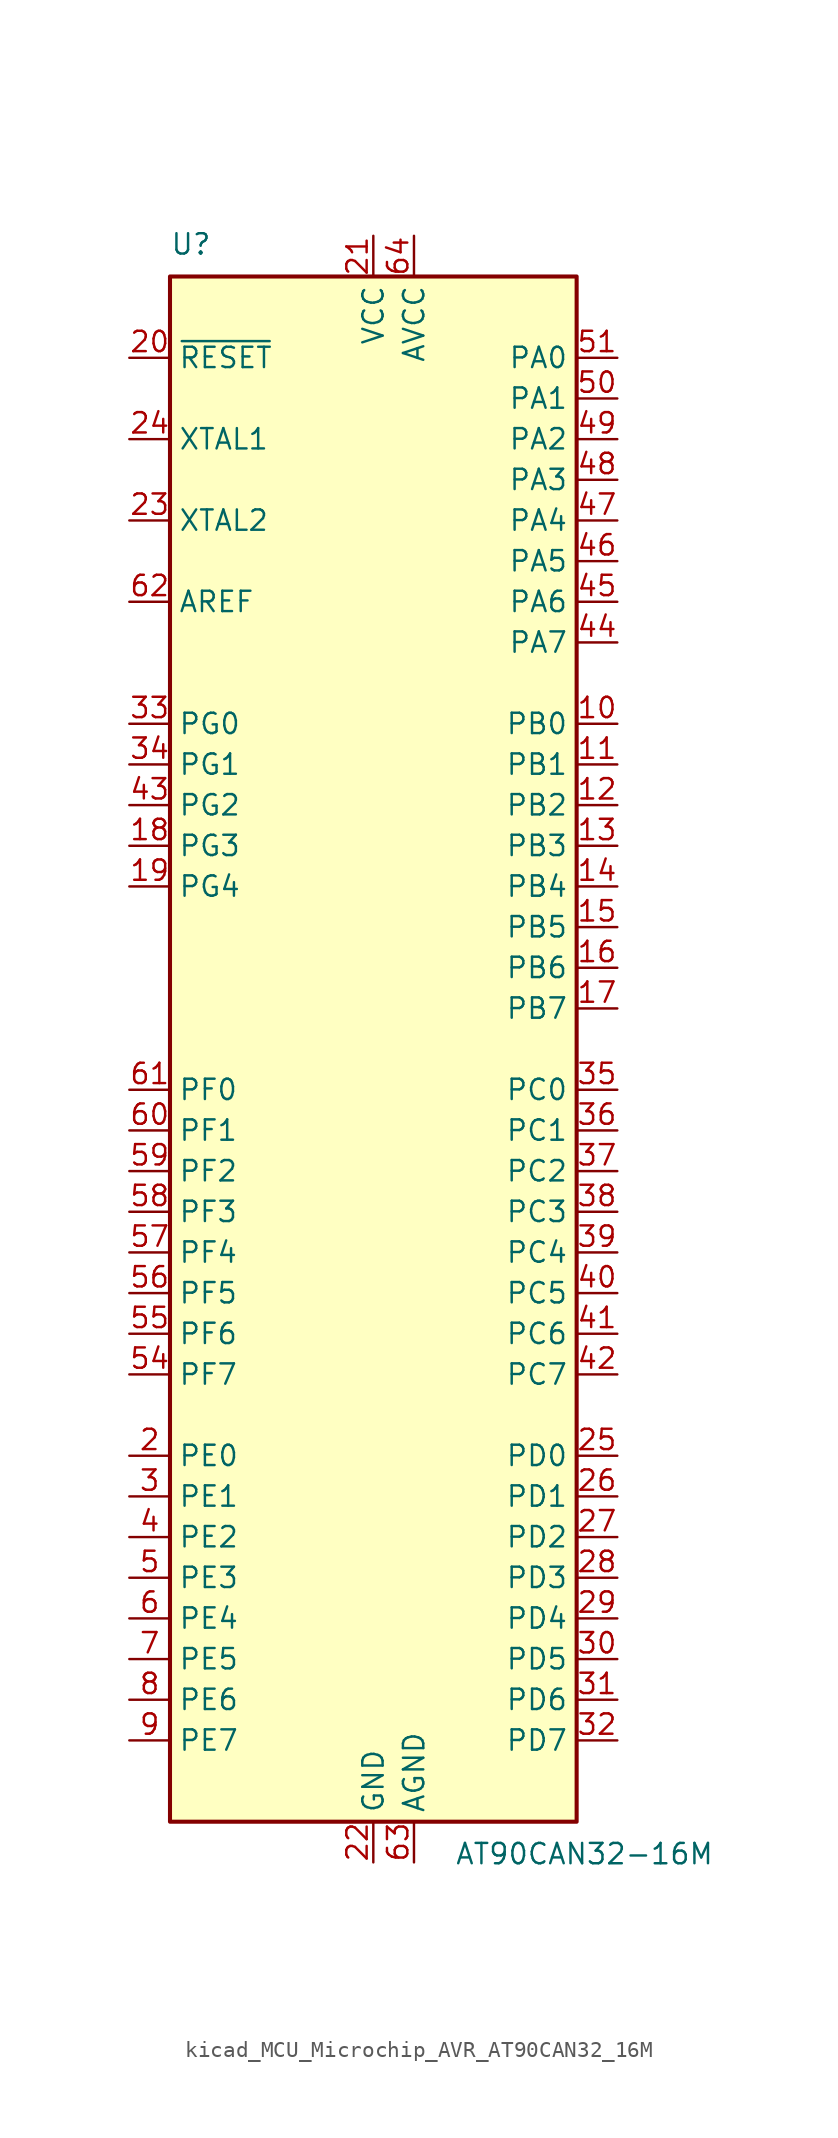
<source format=kicad_sym>
(kicad_symbol_lib
  (version 20220914)
  (generator kicad_symbol_editor)
  (symbol "kicad_MCU_Microchip_AVR_AT90CAN32_16M"
    (property "Reference" "U"
      (at -12.7 49.53 0)
      (effects (font (size 1.27 1.27)) (justify left bottom)))
    (property "Value" "AT90CAN32-16M"
      (at 5.08 -49.53 0)
      (effects (font (size 1.27 1.27)) (justify left top)))
    (symbol "kicad_MCU_Microchip_AVR_AT90CAN32_16M_0_1"
      (rectangle (start -12.7 -48.26) (end 12.7 48.26) (stroke (width 0.254) (type default)) (fill (type background))))
    (symbol "kicad_MCU_Microchip_AVR_AT90CAN32_16M_1_1"
      (pin no_connect line (at -12.7 -45.72 0) (length 2.54) hide (name "NC" (effects (font (size 1.27 1.27)))) (number "1" (effects (font (size 1.27 1.27)))))
      (pin bidirectional line (at 15.24 20.32 180) (length 2.54) (name "PB0" (effects (font (size 1.27 1.27)))) (number "10" (effects (font (size 1.27 1.27)))))
      (pin bidirectional line (at 15.24 17.78 180) (length 2.54) (name "PB1" (effects (font (size 1.27 1.27)))) (number "11" (effects (font (size 1.27 1.27)))))
      (pin bidirectional line (at 15.24 15.24 180) (length 2.54) (name "PB2" (effects (font (size 1.27 1.27)))) (number "12" (effects (font (size 1.27 1.27)))))
      (pin bidirectional line (at 15.24 12.7 180) (length 2.54) (name "PB3" (effects (font (size 1.27 1.27)))) (number "13" (effects (font (size 1.27 1.27)))))
      (pin bidirectional line (at 15.24 10.16 180) (length 2.54) (name "PB4" (effects (font (size 1.27 1.27)))) (number "14" (effects (font (size 1.27 1.27)))))
      (pin bidirectional line (at 15.24 7.62 180) (length 2.54) (name "PB5" (effects (font (size 1.27 1.27)))) (number "15" (effects (font (size 1.27 1.27)))))
      (pin bidirectional line (at 15.24 5.08 180) (length 2.54) (name "PB6" (effects (font (size 1.27 1.27)))) (number "16" (effects (font (size 1.27 1.27)))))
      (pin bidirectional line (at 15.24 2.54 180) (length 2.54) (name "PB7" (effects (font (size 1.27 1.27)))) (number "17" (effects (font (size 1.27 1.27)))))
      (pin bidirectional line (at -15.24 12.7 0) (length 2.54) (name "PG3" (effects (font (size 1.27 1.27)))) (number "18" (effects (font (size 1.27 1.27)))))
      (pin bidirectional line (at -15.24 10.16 0) (length 2.54) (name "PG4" (effects (font (size 1.27 1.27)))) (number "19" (effects (font (size 1.27 1.27)))))
      (pin bidirectional line (at -15.24 -25.4 0) (length 2.54) (name "PE0" (effects (font (size 1.27 1.27)))) (number "2" (effects (font (size 1.27 1.27)))))
      (pin input line (at -15.24 43.18 0) (length 2.54) (name "~{RESET}" (effects (font (size 1.27 1.27)))) (number "20" (effects (font (size 1.27 1.27)))))
      (pin power_in line (at 0 50.8 270) (length 2.54) (name "VCC" (effects (font (size 1.27 1.27)))) (number "21" (effects (font (size 1.27 1.27)))))
      (pin power_in line (at 0 -50.8 90) (length 2.54) (name "GND" (effects (font (size 1.27 1.27)))) (number "22" (effects (font (size 1.27 1.27)))))
      (pin output line (at -15.24 33.02 0) (length 2.54) (name "XTAL2" (effects (font (size 1.27 1.27)))) (number "23" (effects (font (size 1.27 1.27)))))
      (pin input line (at -15.24 38.1 0) (length 2.54) (name "XTAL1" (effects (font (size 1.27 1.27)))) (number "24" (effects (font (size 1.27 1.27)))))
      (pin bidirectional line (at 15.24 -25.4 180) (length 2.54) (name "PD0" (effects (font (size 1.27 1.27)))) (number "25" (effects (font (size 1.27 1.27)))))
      (pin bidirectional line (at 15.24 -27.94 180) (length 2.54) (name "PD1" (effects (font (size 1.27 1.27)))) (number "26" (effects (font (size 1.27 1.27)))))
      (pin bidirectional line (at 15.24 -30.48 180) (length 2.54) (name "PD2" (effects (font (size 1.27 1.27)))) (number "27" (effects (font (size 1.27 1.27)))))
      (pin bidirectional line (at 15.24 -33.02 180) (length 2.54) (name "PD3" (effects (font (size 1.27 1.27)))) (number "28" (effects (font (size 1.27 1.27)))))
      (pin bidirectional line (at 15.24 -35.56 180) (length 2.54) (name "PD4" (effects (font (size 1.27 1.27)))) (number "29" (effects (font (size 1.27 1.27)))))
      (pin bidirectional line (at -15.24 -27.94 0) (length 2.54) (name "PE1" (effects (font (size 1.27 1.27)))) (number "3" (effects (font (size 1.27 1.27)))))
      (pin bidirectional line (at 15.24 -38.1 180) (length 2.54) (name "PD5" (effects (font (size 1.27 1.27)))) (number "30" (effects (font (size 1.27 1.27)))))
      (pin bidirectional line (at 15.24 -40.64 180) (length 2.54) (name "PD6" (effects (font (size 1.27 1.27)))) (number "31" (effects (font (size 1.27 1.27)))))
      (pin bidirectional line (at 15.24 -43.18 180) (length 2.54) (name "PD7" (effects (font (size 1.27 1.27)))) (number "32" (effects (font (size 1.27 1.27)))))
      (pin bidirectional line (at -15.24 20.32 0) (length 2.54) (name "PG0" (effects (font (size 1.27 1.27)))) (number "33" (effects (font (size 1.27 1.27)))))
      (pin bidirectional line (at -15.24 17.78 0) (length 2.54) (name "PG1" (effects (font (size 1.27 1.27)))) (number "34" (effects (font (size 1.27 1.27)))))
      (pin bidirectional line (at 15.24 -2.54 180) (length 2.54) (name "PC0" (effects (font (size 1.27 1.27)))) (number "35" (effects (font (size 1.27 1.27)))))
      (pin bidirectional line (at 15.24 -5.08 180) (length 2.54) (name "PC1" (effects (font (size 1.27 1.27)))) (number "36" (effects (font (size 1.27 1.27)))))
      (pin bidirectional line (at 15.24 -7.62 180) (length 2.54) (name "PC2" (effects (font (size 1.27 1.27)))) (number "37" (effects (font (size 1.27 1.27)))))
      (pin bidirectional line (at 15.24 -10.16 180) (length 2.54) (name "PC3" (effects (font (size 1.27 1.27)))) (number "38" (effects (font (size 1.27 1.27)))))
      (pin bidirectional line (at 15.24 -12.7 180) (length 2.54) (name "PC4" (effects (font (size 1.27 1.27)))) (number "39" (effects (font (size 1.27 1.27)))))
      (pin bidirectional line (at -15.24 -30.48 0) (length 2.54) (name "PE2" (effects (font (size 1.27 1.27)))) (number "4" (effects (font (size 1.27 1.27)))))
      (pin bidirectional line (at 15.24 -15.24 180) (length 2.54) (name "PC5" (effects (font (size 1.27 1.27)))) (number "40" (effects (font (size 1.27 1.27)))))
      (pin bidirectional line (at 15.24 -17.78 180) (length 2.54) (name "PC6" (effects (font (size 1.27 1.27)))) (number "41" (effects (font (size 1.27 1.27)))))
      (pin bidirectional line (at 15.24 -20.32 180) (length 2.54) (name "PC7" (effects (font (size 1.27 1.27)))) (number "42" (effects (font (size 1.27 1.27)))))
      (pin bidirectional line (at -15.24 15.24 0) (length 2.54) (name "PG2" (effects (font (size 1.27 1.27)))) (number "43" (effects (font (size 1.27 1.27)))))
      (pin bidirectional line (at 15.24 25.4 180) (length 2.54) (name "PA7" (effects (font (size 1.27 1.27)))) (number "44" (effects (font (size 1.27 1.27)))))
      (pin bidirectional line (at 15.24 27.94 180) (length 2.54) (name "PA6" (effects (font (size 1.27 1.27)))) (number "45" (effects (font (size 1.27 1.27)))))
      (pin bidirectional line (at 15.24 30.48 180) (length 2.54) (name "PA5" (effects (font (size 1.27 1.27)))) (number "46" (effects (font (size 1.27 1.27)))))
      (pin bidirectional line (at 15.24 33.02 180) (length 2.54) (name "PA4" (effects (font (size 1.27 1.27)))) (number "47" (effects (font (size 1.27 1.27)))))
      (pin bidirectional line (at 15.24 35.56 180) (length 2.54) (name "PA3" (effects (font (size 1.27 1.27)))) (number "48" (effects (font (size 1.27 1.27)))))
      (pin bidirectional line (at 15.24 38.1 180) (length 2.54) (name "PA2" (effects (font (size 1.27 1.27)))) (number "49" (effects (font (size 1.27 1.27)))))
      (pin bidirectional line (at -15.24 -33.02 0) (length 2.54) (name "PE3" (effects (font (size 1.27 1.27)))) (number "5" (effects (font (size 1.27 1.27)))))
      (pin bidirectional line (at 15.24 40.64 180) (length 2.54) (name "PA1" (effects (font (size 1.27 1.27)))) (number "50" (effects (font (size 1.27 1.27)))))
      (pin bidirectional line (at 15.24 43.18 180) (length 2.54) (name "PA0" (effects (font (size 1.27 1.27)))) (number "51" (effects (font (size 1.27 1.27)))))
      (pin passive line (at 0 50.8 270) (length 2.54) hide (name "VCC" (effects (font (size 1.27 1.27)))) (number "52" (effects (font (size 1.27 1.27)))))
      (pin passive line (at 0 -50.8 90) (length 2.54) hide (name "GND" (effects (font (size 1.27 1.27)))) (number "53" (effects (font (size 1.27 1.27)))))
      (pin bidirectional line (at -15.24 -20.32 0) (length 2.54) (name "PF7" (effects (font (size 1.27 1.27)))) (number "54" (effects (font (size 1.27 1.27)))))
      (pin bidirectional line (at -15.24 -17.78 0) (length 2.54) (name "PF6" (effects (font (size 1.27 1.27)))) (number "55" (effects (font (size 1.27 1.27)))))
      (pin bidirectional line (at -15.24 -15.24 0) (length 2.54) (name "PF5" (effects (font (size 1.27 1.27)))) (number "56" (effects (font (size 1.27 1.27)))))
      (pin bidirectional line (at -15.24 -12.7 0) (length 2.54) (name "PF4" (effects (font (size 1.27 1.27)))) (number "57" (effects (font (size 1.27 1.27)))))
      (pin bidirectional line (at -15.24 -10.16 0) (length 2.54) (name "PF3" (effects (font (size 1.27 1.27)))) (number "58" (effects (font (size 1.27 1.27)))))
      (pin bidirectional line (at -15.24 -7.62 0) (length 2.54) (name "PF2" (effects (font (size 1.27 1.27)))) (number "59" (effects (font (size 1.27 1.27)))))
      (pin bidirectional line (at -15.24 -35.56 0) (length 2.54) (name "PE4" (effects (font (size 1.27 1.27)))) (number "6" (effects (font (size 1.27 1.27)))))
      (pin bidirectional line (at -15.24 -5.08 0) (length 2.54) (name "PF1" (effects (font (size 1.27 1.27)))) (number "60" (effects (font (size 1.27 1.27)))))
      (pin bidirectional line (at -15.24 -2.54 0) (length 2.54) (name "PF0" (effects (font (size 1.27 1.27)))) (number "61" (effects (font (size 1.27 1.27)))))
      (pin passive line (at -15.24 27.94 0) (length 2.54) (name "AREF" (effects (font (size 1.27 1.27)))) (number "62" (effects (font (size 1.27 1.27)))))
      (pin power_in line (at 2.54 -50.8 90) (length 2.54) (name "AGND" (effects (font (size 1.27 1.27)))) (number "63" (effects (font (size 1.27 1.27)))))
      (pin power_in line (at 2.54 50.8 270) (length 2.54) (name "AVCC" (effects (font (size 1.27 1.27)))) (number "64" (effects (font (size 1.27 1.27)))))
      (pin passive line (at 0 -50.8 90) (length 2.54) hide (name "GND" (effects (font (size 1.27 1.27)))) (number "65" (effects (font (size 1.27 1.27)))))
      (pin bidirectional line (at -15.24 -38.1 0) (length 2.54) (name "PE5" (effects (font (size 1.27 1.27)))) (number "7" (effects (font (size 1.27 1.27)))))
      (pin bidirectional line (at -15.24 -40.64 0) (length 2.54) (name "PE6" (effects (font (size 1.27 1.27)))) (number "8" (effects (font (size 1.27 1.27)))))
      (pin bidirectional line (at -15.24 -43.18 0) (length 2.54) (name "PE7" (effects (font (size 1.27 1.27)))) (number "9" (effects (font (size 1.27 1.27))))))))
</source>
